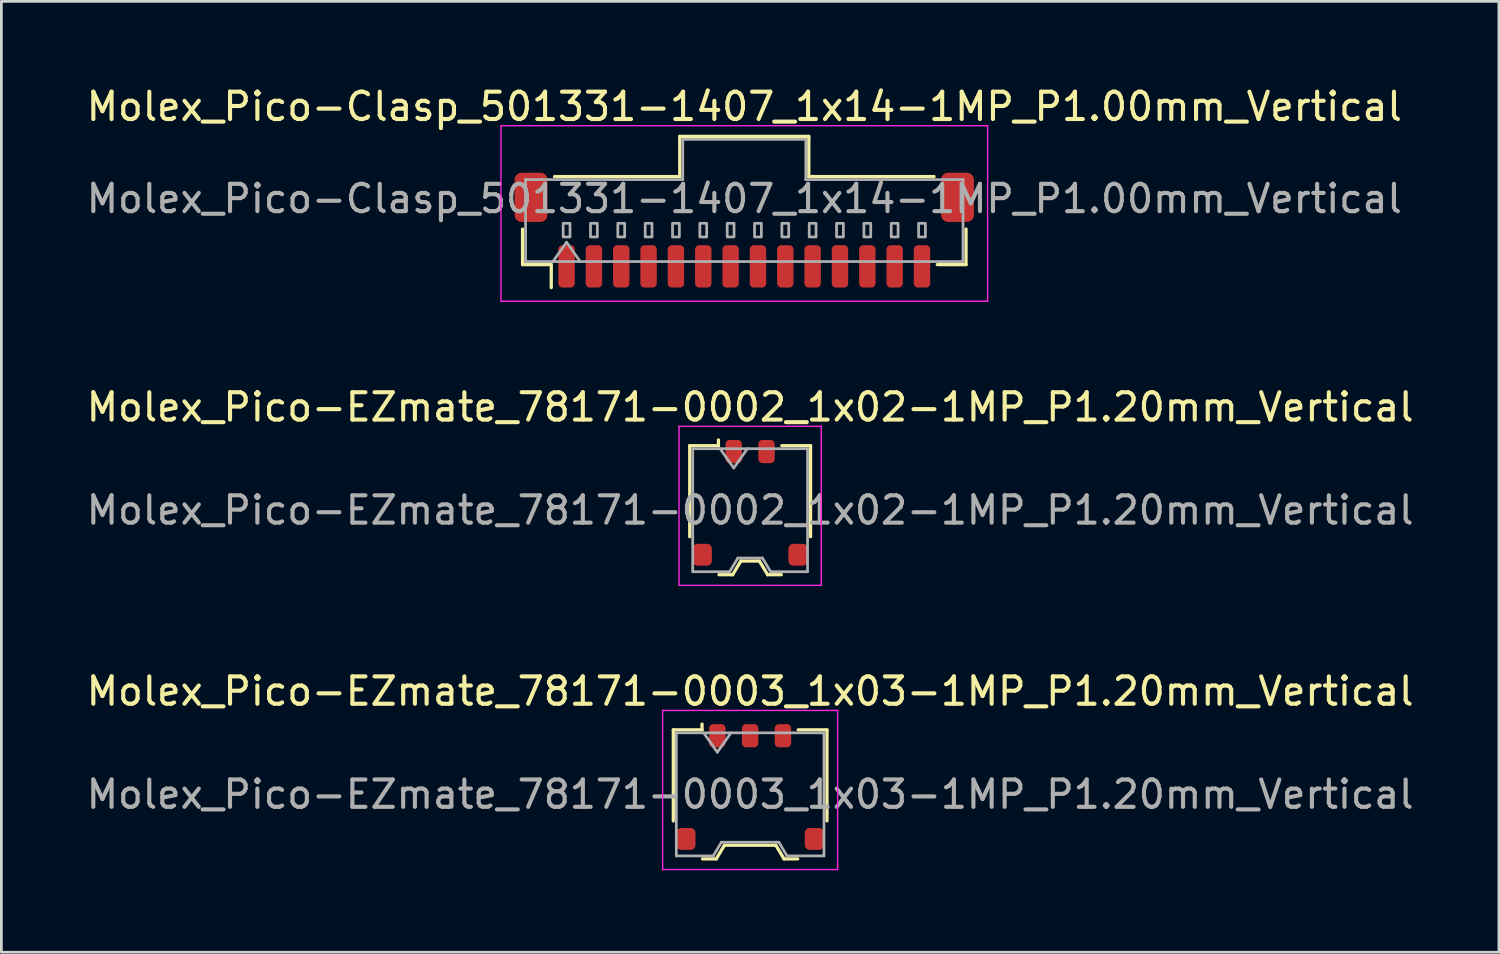
<source format=kicad_pcb>
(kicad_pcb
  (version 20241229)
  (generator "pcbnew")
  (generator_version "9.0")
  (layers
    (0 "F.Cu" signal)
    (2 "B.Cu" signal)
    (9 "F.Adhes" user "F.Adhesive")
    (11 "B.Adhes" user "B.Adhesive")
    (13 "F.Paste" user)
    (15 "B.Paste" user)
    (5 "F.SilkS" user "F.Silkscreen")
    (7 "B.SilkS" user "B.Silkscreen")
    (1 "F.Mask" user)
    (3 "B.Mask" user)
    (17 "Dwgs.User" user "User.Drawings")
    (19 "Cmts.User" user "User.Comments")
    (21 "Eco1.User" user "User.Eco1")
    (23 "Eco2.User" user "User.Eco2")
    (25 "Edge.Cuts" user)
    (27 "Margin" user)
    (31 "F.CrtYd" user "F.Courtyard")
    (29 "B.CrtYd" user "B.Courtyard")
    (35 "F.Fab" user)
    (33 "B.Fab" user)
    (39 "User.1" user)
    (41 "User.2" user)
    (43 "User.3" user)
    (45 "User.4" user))
  (footprint "Molex_Pico-EZmate_78171-0002_1x02-1MP_P1.20mm_Vertical"
    (layer "F.Cu")
    (at 24.387 15.341)
    (property "Reference" "Molex_Pico-EZmate_78171-0002_1x02-1MP_P1.20mm_Vertical" (at 0 -3.5 0) (layer "F.SilkS") (effects (font (size 1 1) (thickness 0.15))))
    (attr smd)
    (fp_line (start -2.21 -2.09) (end -1.16 -2.09) (stroke (width 0.12) (type solid)) (layer "F.SilkS"))
    (fp_line (start -2.21 1.24) (end -2.21 -2.09) (stroke (width 0.12) (type solid)) (layer "F.SilkS"))
    (fp_line (start -1.16 -2.09) (end -1.16 -2.3) (stroke (width 0.12) (type solid)) (layer "F.SilkS"))
    (fp_line (start -1.14 2.63) (end -0.64 2.63) (stroke (width 0.12) (type solid)) (layer "F.SilkS"))
    (fp_line (start -0.64 2.63) (end -0.34 2.13) (stroke (width 0.12) (type solid)) (layer "F.SilkS"))
    (fp_line (start -0.34 2.13) (end 0.34 2.13) (stroke (width 0.12) (type solid)) (layer "F.SilkS"))
    (fp_line (start 0.34 2.13) (end 0.64 2.63) (stroke (width 0.12) (type solid)) (layer "F.SilkS"))
    (fp_line (start 0.64 2.63) (end 1.14 2.63) (stroke (width 0.12) (type solid)) (layer "F.SilkS"))
    (fp_line (start 2.21 -2.09) (end 1.16 -2.09) (stroke (width 0.12) (type solid)) (layer "F.SilkS"))
    (fp_line (start 2.21 1.24) (end 2.21 -2.09) (stroke (width 0.12) (type solid)) (layer "F.SilkS"))
    (fp_line (start -2.6 -2.8) (end -2.6 3.02) (stroke (width 0.05) (type solid)) (layer "F.CrtYd"))
    (fp_line (start -2.6 3.02) (end 2.6 3.02) (stroke (width 0.05) (type solid)) (layer "F.CrtYd"))
    (fp_line (start 2.6 -2.8) (end -2.6 -2.8) (stroke (width 0.05) (type solid)) (layer "F.CrtYd"))
    (fp_line (start 2.6 3.02) (end 2.6 -2.8) (stroke (width 0.05) (type solid)) (layer "F.CrtYd"))
    (fp_line (start -2.1 -1.98) (end -2.1 2.52) (stroke (width 0.1) (type solid)) (layer "F.Fab"))
    (fp_line (start -2.1 -1.98) (end 2.1 -1.98) (stroke (width 0.1) (type solid)) (layer "F.Fab"))
    (fp_line (start -2.1 2.52) (end -0.75 2.52) (stroke (width 0.1) (type solid)) (layer "F.Fab"))
    (fp_line (start -1.1 -1.98) (end -0.6 -1.273) (stroke (width 0.1) (type solid)) (layer "F.Fab"))
    (fp_line (start -0.75 2.52) (end -0.45 2.02) (stroke (width 0.1) (type solid)) (layer "F.Fab"))
    (fp_line (start -0.6 -1.273) (end -0.1 -1.98) (stroke (width 0.1) (type solid)) (layer "F.Fab"))
    (fp_line (start -0.45 2.02) (end 0.45 2.02) (stroke (width 0.1) (type solid)) (layer "F.Fab"))
    (fp_line (start 0.45 2.02) (end 0.75 2.52) (stroke (width 0.1) (type solid)) (layer "F.Fab"))
    (fp_line (start 0.75 2.52) (end 2.1 2.52) (stroke (width 0.1) (type solid)) (layer "F.Fab"))
    (fp_line (start 2.1 -1.98) (end 2.1 2.52) (stroke (width 0.1) (type solid)) (layer "F.Fab"))
    (fp_text user "${REFERENCE}" (at 0 0.27 0) (layer "F.Fab") (effects (font (size 1 1) (thickness 0.15))))
    (pad "1" smd roundrect (at -0.6 -1.875) (size 0.6 0.85) (layers "F.Cu" "F.Mask" "F.Paste") (roundrect_rratio 0.25))
    (pad "2" smd roundrect (at 0.6 -1.875) (size 0.6 0.85) (layers "F.Cu" "F.Mask" "F.Paste") (roundrect_rratio 0.25))
    (pad "MP" smd roundrect (at -1.75 1.9) (size 0.7 0.8) (layers "F.Cu" "F.Mask" "F.Paste") (roundrect_rratio 0.25))
    (pad "MP" smd roundrect (at 1.75 1.9) (size 0.7 0.8) (layers "F.Cu" "F.Mask" "F.Paste") (roundrect_rratio 0.25)))
  (footprint "Molex_Pico-Clasp_501331-1407_1x14-1MP_P1.00mm_Vertical"
    (layer "F.Cu")
    (at 24.173 5.368)
    (property "Reference" "Molex_Pico-Clasp_501331-1407_1x14-1MP_P1.00mm_Vertical" (at 0 -4.52 0) (layer "F.SilkS") (effects (font (size 1 1) (thickness 0.15))))
    (attr smd)
    (fp_line (start -8.11 -0.04) (end -8.11 1.26) (stroke (width 0.12) (type solid)) (layer "F.SilkS"))
    (fp_line (start -8.11 1.26) (end -7.06 1.26) (stroke (width 0.12) (type solid)) (layer "F.SilkS"))
    (fp_line (start -7.06 1.26) (end -7.06 2.1) (stroke (width 0.12) (type solid)) (layer "F.SilkS"))
    (fp_line (start -6.94 -1.96) (end -2.36 -1.96) (stroke (width 0.12) (type solid)) (layer "F.SilkS"))
    (fp_line (start -2.36 -3.43) (end 2.36 -3.43) (stroke (width 0.12) (type solid)) (layer "F.SilkS"))
    (fp_line (start -2.36 -1.96) (end -2.36 -3.43) (stroke (width 0.12) (type solid)) (layer "F.SilkS"))
    (fp_line (start 2.36 -3.43) (end 2.36 -1.96) (stroke (width 0.12) (type solid)) (layer "F.SilkS"))
    (fp_line (start 2.36 -1.96) (end 6.94 -1.96) (stroke (width 0.12) (type solid)) (layer "F.SilkS"))
    (fp_line (start 8.11 -0.04) (end 8.11 1.26) (stroke (width 0.12) (type solid)) (layer "F.SilkS"))
    (fp_line (start 8.11 1.26) (end 7.06 1.26) (stroke (width 0.12) (type solid)) (layer "F.SilkS"))
    (fp_line (start -8.9 -3.82) (end -8.9 2.6) (stroke (width 0.05) (type solid)) (layer "F.CrtYd"))
    (fp_line (start -8.9 2.6) (end 8.9 2.6) (stroke (width 0.05) (type solid)) (layer "F.CrtYd"))
    (fp_line (start 8.9 -3.82) (end -8.9 -3.82) (stroke (width 0.05) (type solid)) (layer "F.CrtYd"))
    (fp_line (start 8.9 2.6) (end 8.9 -3.82) (stroke (width 0.05) (type solid)) (layer "F.CrtYd"))
    (fp_line (start -8 -1.85) (end -2.25 -1.85) (stroke (width 0.1) (type solid)) (layer "F.Fab"))
    (fp_line (start -8 1.15) (end -8 -1.85) (stroke (width 0.1) (type solid)) (layer "F.Fab"))
    (fp_line (start -8 1.15) (end 8 1.15) (stroke (width 0.1) (type solid)) (layer "F.Fab"))
    (fp_line (start -7 1.15) (end -6.5 0.443) (stroke (width 0.1) (type solid)) (layer "F.Fab"))
    (fp_line (start -6.5 0.443) (end -6 1.15) (stroke (width 0.1) (type solid)) (layer "F.Fab"))
    (fp_line (start -2.25 -3.32) (end 2.25 -3.32) (stroke (width 0.1) (type solid)) (layer "F.Fab"))
    (fp_line (start -2.25 -1.85) (end -2.25 -3.32) (stroke (width 0.1) (type solid)) (layer "F.Fab"))
    (fp_line (start 2.25 -3.32) (end 2.25 -1.85) (stroke (width 0.1) (type solid)) (layer "F.Fab"))
    (fp_line (start 2.25 -1.85) (end 8 -1.85) (stroke (width 0.1) (type solid)) (layer "F.Fab"))
    (fp_line (start 8 1.15) (end 8 -1.85) (stroke (width 0.1) (type solid)) (layer "F.Fab"))
    (fp_rect (start -6.625 -0.25) (end -6.375 0.25) (stroke (width 0.1) (type solid)) (fill no) (layer "F.Fab"))
    (fp_rect (start -5.625 -0.25) (end -5.375 0.25) (stroke (width 0.1) (type solid)) (fill no) (layer "F.Fab"))
    (fp_rect (start -4.625 -0.25) (end -4.375 0.25) (stroke (width 0.1) (type solid)) (fill no) (layer "F.Fab"))
    (fp_rect (start -3.625 -0.25) (end -3.375 0.25) (stroke (width 0.1) (type solid)) (fill no) (layer "F.Fab"))
    (fp_rect (start -2.625 -0.25) (end -2.375 0.25) (stroke (width 0.1) (type solid)) (fill no) (layer "F.Fab"))
    (fp_rect (start -1.625 -0.25) (end -1.375 0.25) (stroke (width 0.1) (type solid)) (fill no) (layer "F.Fab"))
    (fp_rect (start -0.625 -0.25) (end -0.375 0.25) (stroke (width 0.1) (type solid)) (fill no) (layer "F.Fab"))
    (fp_rect (start 0.375 -0.25) (end 0.625 0.25) (stroke (width 0.1) (type solid)) (fill no) (layer "F.Fab"))
    (fp_rect (start 1.375 -0.25) (end 1.625 0.25) (stroke (width 0.1) (type solid)) (fill no) (layer "F.Fab"))
    (fp_rect (start 2.375 -0.25) (end 2.625 0.25) (stroke (width 0.1) (type solid)) (fill no) (layer "F.Fab"))
    (fp_rect (start 3.375 -0.25) (end 3.625 0.25) (stroke (width 0.1) (type solid)) (fill no) (layer "F.Fab"))
    (fp_rect (start 4.375 -0.25) (end 4.625 0.25) (stroke (width 0.1) (type solid)) (fill no) (layer "F.Fab"))
    (fp_rect (start 5.375 -0.25) (end 5.625 0.25) (stroke (width 0.1) (type solid)) (fill no) (layer "F.Fab"))
    (fp_rect (start 6.375 -0.25) (end 6.625 0.25) (stroke (width 0.1) (type solid)) (fill no) (layer "F.Fab"))
    (fp_text user "${REFERENCE}" (at 0 -1.15 0) (layer "F.Fab") (effects (font (size 1 1) (thickness 0.15))))
    (pad "1" smd roundrect (at -6.5 1.325) (size 0.6 1.55) (layers "F.Cu" "F.Mask" "F.Paste") (roundrect_rratio 0.25))
    (pad "2" smd roundrect (at -5.5 1.325) (size 0.6 1.55) (layers "F.Cu" "F.Mask" "F.Paste") (roundrect_rratio 0.25))
    (pad "3" smd roundrect (at -4.5 1.325) (size 0.6 1.55) (layers "F.Cu" "F.Mask" "F.Paste") (roundrect_rratio 0.25))
    (pad "4" smd roundrect (at -3.5 1.325) (size 0.6 1.55) (layers "F.Cu" "F.Mask" "F.Paste") (roundrect_rratio 0.25))
    (pad "5" smd roundrect (at -2.5 1.325) (size 0.6 1.55) (layers "F.Cu" "F.Mask" "F.Paste") (roundrect_rratio 0.25))
    (pad "6" smd roundrect (at -1.5 1.325) (size 0.6 1.55) (layers "F.Cu" "F.Mask" "F.Paste") (roundrect_rratio 0.25))
    (pad "7" smd roundrect (at -0.5 1.325) (size 0.6 1.55) (layers "F.Cu" "F.Mask" "F.Paste") (roundrect_rratio 0.25))
    (pad "8" smd roundrect (at 0.5 1.325) (size 0.6 1.55) (layers "F.Cu" "F.Mask" "F.Paste") (roundrect_rratio 0.25))
    (pad "9" smd roundrect (at 1.5 1.325) (size 0.6 1.55) (layers "F.Cu" "F.Mask" "F.Paste") (roundrect_rratio 0.25))
    (pad "10" smd roundrect (at 2.5 1.325) (size 0.6 1.55) (layers "F.Cu" "F.Mask" "F.Paste") (roundrect_rratio 0.25))
    (pad "11" smd roundrect (at 3.5 1.325) (size 0.6 1.55) (layers "F.Cu" "F.Mask" "F.Paste") (roundrect_rratio 0.25))
    (pad "12" smd roundrect (at 4.5 1.325) (size 0.6 1.55) (layers "F.Cu" "F.Mask" "F.Paste") (roundrect_rratio 0.25))
    (pad "13" smd roundrect (at 5.5 1.325) (size 0.6 1.55) (layers "F.Cu" "F.Mask" "F.Paste") (roundrect_rratio 0.25))
    (pad "14" smd roundrect (at 6.5 1.325) (size 0.6 1.55) (layers "F.Cu" "F.Mask" "F.Paste") (roundrect_rratio 0.25))
    (pad "MP" smd roundrect (at -7.8 -1.2) (size 1.2 1.8) (layers "F.Cu" "F.Mask" "F.Paste") (roundrect_rratio 0.208))
    (pad "MP" smd roundrect (at 7.8 -1.2) (size 1.2 1.8) (layers "F.Cu" "F.Mask" "F.Paste") (roundrect_rratio 0.208)))
  (footprint "Molex_Pico-EZmate_78171-0003_1x03-1MP_P1.20mm_Vertical"
    (layer "F.Cu")
    (at 24.387 25.735)
    (property "Reference" "Molex_Pico-EZmate_78171-0003_1x03-1MP_P1.20mm_Vertical" (at 0 -3.5 0) (layer "F.SilkS") (effects (font (size 1 1) (thickness 0.15))))
    (attr smd)
    (fp_line (start -2.81 -2.09) (end -1.76 -2.09) (stroke (width 0.12) (type solid)) (layer "F.SilkS"))
    (fp_line (start -2.81 1.24) (end -2.81 -2.09) (stroke (width 0.12) (type solid)) (layer "F.SilkS"))
    (fp_line (start -1.76 -2.09) (end -1.76 -2.3) (stroke (width 0.12) (type solid)) (layer "F.SilkS"))
    (fp_line (start -1.74 2.63) (end -1.24 2.63) (stroke (width 0.12) (type solid)) (layer "F.SilkS"))
    (fp_line (start -1.24 2.63) (end -0.94 2.13) (stroke (width 0.12) (type solid)) (layer "F.SilkS"))
    (fp_line (start -0.94 2.13) (end 0.94 2.13) (stroke (width 0.12) (type solid)) (layer "F.SilkS"))
    (fp_line (start 0.94 2.13) (end 1.24 2.63) (stroke (width 0.12) (type solid)) (layer "F.SilkS"))
    (fp_line (start 1.24 2.63) (end 1.74 2.63) (stroke (width 0.12) (type solid)) (layer "F.SilkS"))
    (fp_line (start 2.81 -2.09) (end 1.76 -2.09) (stroke (width 0.12) (type solid)) (layer "F.SilkS"))
    (fp_line (start 2.81 1.24) (end 2.81 -2.09) (stroke (width 0.12) (type solid)) (layer "F.SilkS"))
    (fp_line (start -3.2 -2.8) (end -3.2 3.02) (stroke (width 0.05) (type solid)) (layer "F.CrtYd"))
    (fp_line (start -3.2 3.02) (end 3.2 3.02) (stroke (width 0.05) (type solid)) (layer "F.CrtYd"))
    (fp_line (start 3.2 -2.8) (end -3.2 -2.8) (stroke (width 0.05) (type solid)) (layer "F.CrtYd"))
    (fp_line (start 3.2 3.02) (end 3.2 -2.8) (stroke (width 0.05) (type solid)) (layer "F.CrtYd"))
    (fp_line (start -2.7 -1.98) (end -2.7 2.52) (stroke (width 0.1) (type solid)) (layer "F.Fab"))
    (fp_line (start -2.7 -1.98) (end 2.7 -1.98) (stroke (width 0.1) (type solid)) (layer "F.Fab"))
    (fp_line (start -2.7 2.52) (end -1.35 2.52) (stroke (width 0.1) (type solid)) (layer "F.Fab"))
    (fp_line (start -1.7 -1.98) (end -1.2 -1.273) (stroke (width 0.1) (type solid)) (layer "F.Fab"))
    (fp_line (start -1.35 2.52) (end -1.05 2.02) (stroke (width 0.1) (type solid)) (layer "F.Fab"))
    (fp_line (start -1.2 -1.273) (end -0.7 -1.98) (stroke (width 0.1) (type solid)) (layer "F.Fab"))
    (fp_line (start -1.05 2.02) (end 1.05 2.02) (stroke (width 0.1) (type solid)) (layer "F.Fab"))
    (fp_line (start 1.05 2.02) (end 1.35 2.52) (stroke (width 0.1) (type solid)) (layer "F.Fab"))
    (fp_line (start 1.35 2.52) (end 2.7 2.52) (stroke (width 0.1) (type solid)) (layer "F.Fab"))
    (fp_line (start 2.7 -1.98) (end 2.7 2.52) (stroke (width 0.1) (type solid)) (layer "F.Fab"))
    (fp_text user "${REFERENCE}" (at 0 0.27 0) (layer "F.Fab") (effects (font (size 1 1) (thickness 0.15))))
    (pad "1" smd roundrect (at -1.2 -1.875) (size 0.6 0.85) (layers "F.Cu" "F.Mask" "F.Paste") (roundrect_rratio 0.25))
    (pad "2" smd roundrect (at 0 -1.875) (size 0.6 0.85) (layers "F.Cu" "F.Mask" "F.Paste") (roundrect_rratio 0.25))
    (pad "3" smd roundrect (at 1.2 -1.875) (size 0.6 0.85) (layers "F.Cu" "F.Mask" "F.Paste") (roundrect_rratio 0.25))
    (pad "MP" smd roundrect (at -2.35 1.9) (size 0.7 0.8) (layers "F.Cu" "F.Mask" "F.Paste") (roundrect_rratio 0.25))
    (pad "MP" smd roundrect (at 2.35 1.9) (size 0.7 0.8) (layers "F.Cu" "F.Mask" "F.Paste") (roundrect_rratio 0.25)))
  (gr_rect
    (start -3 -3)
    (end 51.774 31.78)
    (stroke (width 0.1) (type default))
    (fill no)
    (layer "Edge.Cuts")))
</source>
